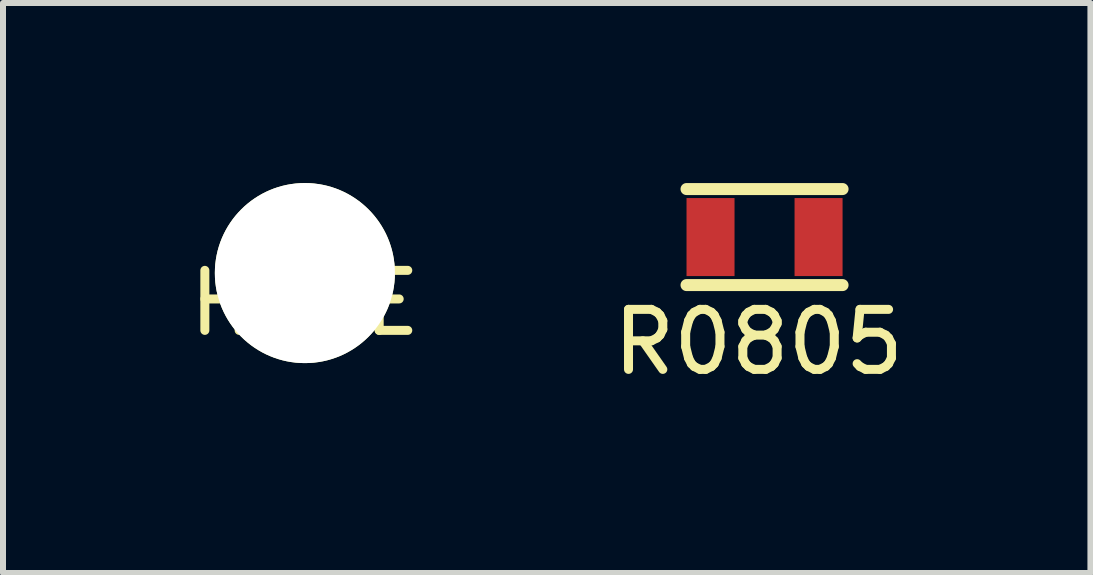
<source format=kicad_pcb>
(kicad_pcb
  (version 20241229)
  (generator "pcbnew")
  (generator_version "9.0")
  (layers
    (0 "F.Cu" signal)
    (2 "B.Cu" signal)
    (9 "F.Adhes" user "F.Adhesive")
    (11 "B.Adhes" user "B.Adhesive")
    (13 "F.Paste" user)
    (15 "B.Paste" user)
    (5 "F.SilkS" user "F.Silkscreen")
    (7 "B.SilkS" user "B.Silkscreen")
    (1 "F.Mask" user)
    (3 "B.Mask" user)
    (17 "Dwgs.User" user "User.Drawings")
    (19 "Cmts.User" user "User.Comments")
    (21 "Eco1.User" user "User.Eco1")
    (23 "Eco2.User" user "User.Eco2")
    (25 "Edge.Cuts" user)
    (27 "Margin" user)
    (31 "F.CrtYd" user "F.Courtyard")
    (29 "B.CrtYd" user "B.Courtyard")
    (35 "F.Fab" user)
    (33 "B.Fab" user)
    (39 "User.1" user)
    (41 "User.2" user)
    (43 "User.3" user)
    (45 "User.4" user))
  (footprint "R0805"
    (layer "F.Cu")
    (at 8.789 0.9)
    (property "Reference" "R0805" (at 0.8 1.75 0) (layer "F.SilkS") (effects (font (size 1 1) (thickness 0.15))))
    (attr through_hole)
    (fp_line (start -0.4 -0.8) (end 2.2 -0.8) (stroke (width 0.2) (type solid)) (layer "F.SilkS"))
    (fp_line (start -0.4 0.8) (end 2.2 0.8) (stroke (width 0.2) (type solid)) (layer "F.SilkS"))
    (pad "1" smd rect (at 0 0) (size 0.8 1.3) (layers "F.Cu" "F.Mask" "F.Paste"))
    (pad "2" smd rect (at 1.8 0) (size 0.8 1.3) (layers "F.Cu" "F.Mask" "F.Paste")))
  (footprint "HOLE"
    (layer "F.Cu")
    (at 2.03 1.5)
    (property "Reference" "HOLE" (at 0 0.5 0) (layer "F.SilkS") (effects (font (size 1 1) (thickness 0.15))))
    (attr through_hole)
    (pad "" np_thru_hole circle (at 0 0) (size 3 3) (drill 3) (layers "*.Cu" "*.Mask" "F.SilkS")))
  (gr_rect
    (start -3 -3)
    (end 15.119 6.498)
    (stroke (width 0.1) (type default))
    (fill no)
    (layer "Edge.Cuts")))
</source>
